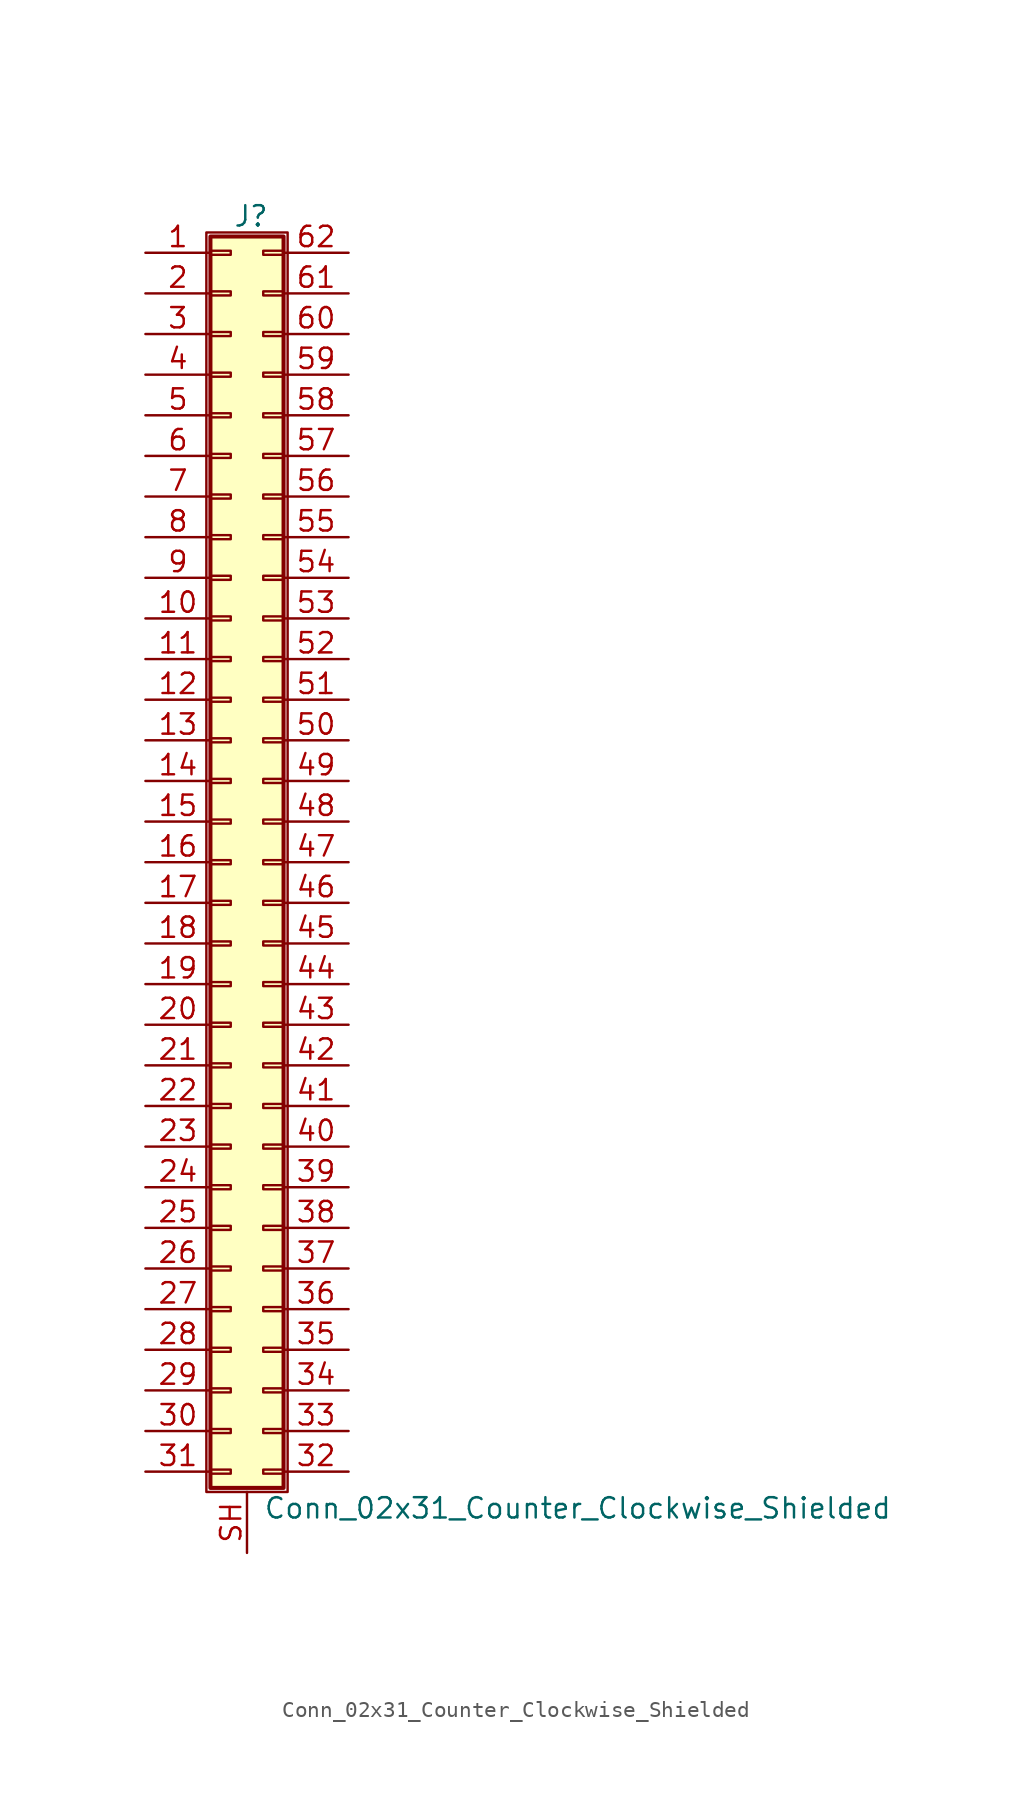
<source format=kicad_sym>
(kicad_symbol_lib
  (version 20211014)
  (generator kicad_symbol_editor)
  (symbol "Conn_02x31_Counter_Clockwise_Shielded"
    (pin_names
      (offset 1.016) hide)
    (property "Reference" "J"
      (at 1.524 40.386 0)
      (effects (font (size 1.27 1.27))))
    (property "Value" "Conn_02x31_Counter_Clockwise_Shielded"
      (at 2.286 -40.386 0)
      (effects (font (size 1.27 1.27)) (justify left)))
    (symbol "Conn_02x31_Counter_Clockwise_Shielded_1_1"
      (rectangle (start -1.27 39.37) (end 3.81 -39.37) (stroke (width 0.152) (type default) (color 0 0 0 0)) (fill (type none)))
      (rectangle (start -1.016 -37.973) (end 0.254 -38.227) (stroke (width 0.152) (type default) (color 0 0 0 0)) (fill (type none)))
      (rectangle (start -1.016 -35.433) (end 0.254 -35.687) (stroke (width 0.152) (type default) (color 0 0 0 0)) (fill (type none)))
      (rectangle (start -1.016 -32.893) (end 0.254 -33.147) (stroke (width 0.152) (type default) (color 0 0 0 0)) (fill (type none)))
      (rectangle (start -1.016 -30.353) (end 0.254 -30.607) (stroke (width 0.152) (type default) (color 0 0 0 0)) (fill (type none)))
      (rectangle (start -1.016 -27.813) (end 0.254 -28.067) (stroke (width 0.152) (type default) (color 0 0 0 0)) (fill (type none)))
      (rectangle (start -1.016 -25.273) (end 0.254 -25.527) (stroke (width 0.152) (type default) (color 0 0 0 0)) (fill (type none)))
      (rectangle (start -1.016 -22.733) (end 0.254 -22.987) (stroke (width 0.152) (type default) (color 0 0 0 0)) (fill (type none)))
      (rectangle (start -1.016 -20.193) (end 0.254 -20.447) (stroke (width 0.152) (type default) (color 0 0 0 0)) (fill (type none)))
      (rectangle (start -1.016 -17.653) (end 0.254 -17.907) (stroke (width 0.152) (type default) (color 0 0 0 0)) (fill (type none)))
      (rectangle (start -1.016 -15.113) (end 0.254 -15.367) (stroke (width 0.152) (type default) (color 0 0 0 0)) (fill (type none)))
      (rectangle (start -1.016 -12.573) (end 0.254 -12.827) (stroke (width 0.152) (type default) (color 0 0 0 0)) (fill (type none)))
      (rectangle (start -1.016 -10.033) (end 0.254 -10.287) (stroke (width 0.152) (type default) (color 0 0 0 0)) (fill (type none)))
      (rectangle (start -1.016 -7.493) (end 0.254 -7.747) (stroke (width 0.152) (type default) (color 0 0 0 0)) (fill (type none)))
      (rectangle (start -1.016 -4.953) (end 0.254 -5.207) (stroke (width 0.152) (type default) (color 0 0 0 0)) (fill (type none)))
      (rectangle (start -1.016 -2.413) (end 0.254 -2.667) (stroke (width 0.152) (type default) (color 0 0 0 0)) (fill (type none)))
      (rectangle (start -1.016 0.127) (end 0.254 -0.127) (stroke (width 0.152) (type default) (color 0 0 0 0)) (fill (type none)))
      (rectangle (start -1.016 2.667) (end 0.254 2.413) (stroke (width 0.152) (type default) (color 0 0 0 0)) (fill (type none)))
      (rectangle (start -1.016 5.207) (end 0.254 4.953) (stroke (width 0.152) (type default) (color 0 0 0 0)) (fill (type none)))
      (rectangle (start -1.016 7.747) (end 0.254 7.493) (stroke (width 0.152) (type default) (color 0 0 0 0)) (fill (type none)))
      (rectangle (start -1.016 10.287) (end 0.254 10.033) (stroke (width 0.152) (type default) (color 0 0 0 0)) (fill (type none)))
      (rectangle (start -1.016 12.827) (end 0.254 12.573) (stroke (width 0.152) (type default) (color 0 0 0 0)) (fill (type none)))
      (rectangle (start -1.016 15.367) (end 0.254 15.113) (stroke (width 0.152) (type default) (color 0 0 0 0)) (fill (type none)))
      (rectangle (start -1.016 17.907) (end 0.254 17.653) (stroke (width 0.152) (type default) (color 0 0 0 0)) (fill (type none)))
      (rectangle (start -1.016 20.447) (end 0.254 20.193) (stroke (width 0.152) (type default) (color 0 0 0 0)) (fill (type none)))
      (rectangle (start -1.016 22.987) (end 0.254 22.733) (stroke (width 0.152) (type default) (color 0 0 0 0)) (fill (type none)))
      (rectangle (start -1.016 25.527) (end 0.254 25.273) (stroke (width 0.152) (type default) (color 0 0 0 0)) (fill (type none)))
      (rectangle (start -1.016 28.067) (end 0.254 27.813) (stroke (width 0.152) (type default) (color 0 0 0 0)) (fill (type none)))
      (rectangle (start -1.016 30.607) (end 0.254 30.353) (stroke (width 0.152) (type default) (color 0 0 0 0)) (fill (type none)))
      (rectangle (start -1.016 33.147) (end 0.254 32.893) (stroke (width 0.152) (type default) (color 0 0 0 0)) (fill (type none)))
      (rectangle (start -1.016 35.687) (end 0.254 35.433) (stroke (width 0.152) (type default) (color 0 0 0 0)) (fill (type none)))
      (rectangle (start -1.016 38.227) (end 0.254 37.973) (stroke (width 0.152) (type default) (color 0 0 0 0)) (fill (type none)))
      (rectangle (start -1.016 39.116) (end 3.556 -39.116) (stroke (width 0.254) (type default) (color 0 0 0 0)) (fill (type background)))
      (rectangle (start 3.556 -37.973) (end 2.286 -38.227) (stroke (width 0.152) (type default) (color 0 0 0 0)) (fill (type none)))
      (rectangle (start 3.556 -35.433) (end 2.286 -35.687) (stroke (width 0.152) (type default) (color 0 0 0 0)) (fill (type none)))
      (rectangle (start 3.556 -32.893) (end 2.286 -33.147) (stroke (width 0.152) (type default) (color 0 0 0 0)) (fill (type none)))
      (rectangle (start 3.556 -30.353) (end 2.286 -30.607) (stroke (width 0.152) (type default) (color 0 0 0 0)) (fill (type none)))
      (rectangle (start 3.556 -27.813) (end 2.286 -28.067) (stroke (width 0.152) (type default) (color 0 0 0 0)) (fill (type none)))
      (rectangle (start 3.556 -25.273) (end 2.286 -25.527) (stroke (width 0.152) (type default) (color 0 0 0 0)) (fill (type none)))
      (rectangle (start 3.556 -22.733) (end 2.286 -22.987) (stroke (width 0.152) (type default) (color 0 0 0 0)) (fill (type none)))
      (rectangle (start 3.556 -20.193) (end 2.286 -20.447) (stroke (width 0.152) (type default) (color 0 0 0 0)) (fill (type none)))
      (rectangle (start 3.556 -17.653) (end 2.286 -17.907) (stroke (width 0.152) (type default) (color 0 0 0 0)) (fill (type none)))
      (rectangle (start 3.556 -15.113) (end 2.286 -15.367) (stroke (width 0.152) (type default) (color 0 0 0 0)) (fill (type none)))
      (rectangle (start 3.556 -12.573) (end 2.286 -12.827) (stroke (width 0.152) (type default) (color 0 0 0 0)) (fill (type none)))
      (rectangle (start 3.556 -10.033) (end 2.286 -10.287) (stroke (width 0.152) (type default) (color 0 0 0 0)) (fill (type none)))
      (rectangle (start 3.556 -7.493) (end 2.286 -7.747) (stroke (width 0.152) (type default) (color 0 0 0 0)) (fill (type none)))
      (rectangle (start 3.556 -4.953) (end 2.286 -5.207) (stroke (width 0.152) (type default) (color 0 0 0 0)) (fill (type none)))
      (rectangle (start 3.556 -2.413) (end 2.286 -2.667) (stroke (width 0.152) (type default) (color 0 0 0 0)) (fill (type none)))
      (rectangle (start 3.556 0.127) (end 2.286 -0.127) (stroke (width 0.152) (type default) (color 0 0 0 0)) (fill (type none)))
      (rectangle (start 3.556 2.667) (end 2.286 2.413) (stroke (width 0.152) (type default) (color 0 0 0 0)) (fill (type none)))
      (rectangle (start 3.556 5.207) (end 2.286 4.953) (stroke (width 0.152) (type default) (color 0 0 0 0)) (fill (type none)))
      (rectangle (start 3.556 7.747) (end 2.286 7.493) (stroke (width 0.152) (type default) (color 0 0 0 0)) (fill (type none)))
      (rectangle (start 3.556 10.287) (end 2.286 10.033) (stroke (width 0.152) (type default) (color 0 0 0 0)) (fill (type none)))
      (rectangle (start 3.556 12.827) (end 2.286 12.573) (stroke (width 0.152) (type default) (color 0 0 0 0)) (fill (type none)))
      (rectangle (start 3.556 15.367) (end 2.286 15.113) (stroke (width 0.152) (type default) (color 0 0 0 0)) (fill (type none)))
      (rectangle (start 3.556 17.907) (end 2.286 17.653) (stroke (width 0.152) (type default) (color 0 0 0 0)) (fill (type none)))
      (rectangle (start 3.556 20.447) (end 2.286 20.193) (stroke (width 0.152) (type default) (color 0 0 0 0)) (fill (type none)))
      (rectangle (start 3.556 22.987) (end 2.286 22.733) (stroke (width 0.152) (type default) (color 0 0 0 0)) (fill (type none)))
      (rectangle (start 3.556 25.527) (end 2.286 25.273) (stroke (width 0.152) (type default) (color 0 0 0 0)) (fill (type none)))
      (rectangle (start 3.556 28.067) (end 2.286 27.813) (stroke (width 0.152) (type default) (color 0 0 0 0)) (fill (type none)))
      (rectangle (start 3.556 30.607) (end 2.286 30.353) (stroke (width 0.152) (type default) (color 0 0 0 0)) (fill (type none)))
      (rectangle (start 3.556 33.147) (end 2.286 32.893) (stroke (width 0.152) (type default) (color 0 0 0 0)) (fill (type none)))
      (rectangle (start 3.556 35.687) (end 2.286 35.433) (stroke (width 0.152) (type default) (color 0 0 0 0)) (fill (type none)))
      (rectangle (start 3.556 38.227) (end 2.286 37.973) (stroke (width 0.152) (type default) (color 0 0 0 0)) (fill (type none)))
      (pin passive line (at -5.08 38.1 0) (length 4.064) (name "Pin_1" (effects (font (size 1.27 1.27)))) (number "1" (effects (font (size 1.27 1.27)))))
      (pin passive line (at -5.08 15.24 0) (length 4.064) (name "Pin_10" (effects (font (size 1.27 1.27)))) (number "10" (effects (font (size 1.27 1.27)))))
      (pin passive line (at -5.08 12.7 0) (length 4.064) (name "Pin_11" (effects (font (size 1.27 1.27)))) (number "11" (effects (font (size 1.27 1.27)))))
      (pin passive line (at -5.08 10.16 0) (length 4.064) (name "Pin_12" (effects (font (size 1.27 1.27)))) (number "12" (effects (font (size 1.27 1.27)))))
      (pin passive line (at -5.08 7.62 0) (length 4.064) (name "Pin_13" (effects (font (size 1.27 1.27)))) (number "13" (effects (font (size 1.27 1.27)))))
      (pin passive line (at -5.08 5.08 0) (length 4.064) (name "Pin_14" (effects (font (size 1.27 1.27)))) (number "14" (effects (font (size 1.27 1.27)))))
      (pin passive line (at -5.08 2.54 0) (length 4.064) (name "Pin_15" (effects (font (size 1.27 1.27)))) (number "15" (effects (font (size 1.27 1.27)))))
      (pin passive line (at -5.08 0 0) (length 4.064) (name "Pin_16" (effects (font (size 1.27 1.27)))) (number "16" (effects (font (size 1.27 1.27)))))
      (pin passive line (at -5.08 -2.54 0) (length 4.064) (name "Pin_17" (effects (font (size 1.27 1.27)))) (number "17" (effects (font (size 1.27 1.27)))))
      (pin passive line (at -5.08 -5.08 0) (length 4.064) (name "Pin_18" (effects (font (size 1.27 1.27)))) (number "18" (effects (font (size 1.27 1.27)))))
      (pin passive line (at -5.08 -7.62 0) (length 4.064) (name "Pin_19" (effects (font (size 1.27 1.27)))) (number "19" (effects (font (size 1.27 1.27)))))
      (pin passive line (at -5.08 35.56 0) (length 4.064) (name "Pin_2" (effects (font (size 1.27 1.27)))) (number "2" (effects (font (size 1.27 1.27)))))
      (pin passive line (at -5.08 -10.16 0) (length 4.064) (name "Pin_20" (effects (font (size 1.27 1.27)))) (number "20" (effects (font (size 1.27 1.27)))))
      (pin passive line (at -5.08 -12.7 0) (length 4.064) (name "Pin_21" (effects (font (size 1.27 1.27)))) (number "21" (effects (font (size 1.27 1.27)))))
      (pin passive line (at -5.08 -15.24 0) (length 4.064) (name "Pin_22" (effects (font (size 1.27 1.27)))) (number "22" (effects (font (size 1.27 1.27)))))
      (pin passive line (at -5.08 -17.78 0) (length 4.064) (name "Pin_23" (effects (font (size 1.27 1.27)))) (number "23" (effects (font (size 1.27 1.27)))))
      (pin passive line (at -5.08 -20.32 0) (length 4.064) (name "Pin_24" (effects (font (size 1.27 1.27)))) (number "24" (effects (font (size 1.27 1.27)))))
      (pin passive line (at -5.08 -22.86 0) (length 4.064) (name "Pin_25" (effects (font (size 1.27 1.27)))) (number "25" (effects (font (size 1.27 1.27)))))
      (pin passive line (at -5.08 -25.4 0) (length 4.064) (name "Pin_26" (effects (font (size 1.27 1.27)))) (number "26" (effects (font (size 1.27 1.27)))))
      (pin passive line (at -5.08 -27.94 0) (length 4.064) (name "Pin_27" (effects (font (size 1.27 1.27)))) (number "27" (effects (font (size 1.27 1.27)))))
      (pin passive line (at -5.08 -30.48 0) (length 4.064) (name "Pin_28" (effects (font (size 1.27 1.27)))) (number "28" (effects (font (size 1.27 1.27)))))
      (pin passive line (at -5.08 -33.02 0) (length 4.064) (name "Pin_29" (effects (font (size 1.27 1.27)))) (number "29" (effects (font (size 1.27 1.27)))))
      (pin passive line (at -5.08 33.02 0) (length 4.064) (name "Pin_3" (effects (font (size 1.27 1.27)))) (number "3" (effects (font (size 1.27 1.27)))))
      (pin passive line (at -5.08 -35.56 0) (length 4.064) (name "Pin_30" (effects (font (size 1.27 1.27)))) (number "30" (effects (font (size 1.27 1.27)))))
      (pin passive line (at -5.08 -38.1 0) (length 4.064) (name "Pin_31" (effects (font (size 1.27 1.27)))) (number "31" (effects (font (size 1.27 1.27)))))
      (pin passive line (at 7.62 -38.1 180) (length 4.064) (name "Pin_32" (effects (font (size 1.27 1.27)))) (number "32" (effects (font (size 1.27 1.27)))))
      (pin passive line (at 7.62 -35.56 180) (length 4.064) (name "Pin_33" (effects (font (size 1.27 1.27)))) (number "33" (effects (font (size 1.27 1.27)))))
      (pin passive line (at 7.62 -33.02 180) (length 4.064) (name "Pin_34" (effects (font (size 1.27 1.27)))) (number "34" (effects (font (size 1.27 1.27)))))
      (pin passive line (at 7.62 -30.48 180) (length 4.064) (name "Pin_35" (effects (font (size 1.27 1.27)))) (number "35" (effects (font (size 1.27 1.27)))))
      (pin passive line (at 7.62 -27.94 180) (length 4.064) (name "Pin_36" (effects (font (size 1.27 1.27)))) (number "36" (effects (font (size 1.27 1.27)))))
      (pin passive line (at 7.62 -25.4 180) (length 4.064) (name "Pin_37" (effects (font (size 1.27 1.27)))) (number "37" (effects (font (size 1.27 1.27)))))
      (pin passive line (at 7.62 -22.86 180) (length 4.064) (name "Pin_38" (effects (font (size 1.27 1.27)))) (number "38" (effects (font (size 1.27 1.27)))))
      (pin passive line (at 7.62 -20.32 180) (length 4.064) (name "Pin_39" (effects (font (size 1.27 1.27)))) (number "39" (effects (font (size 1.27 1.27)))))
      (pin passive line (at -5.08 30.48 0) (length 4.064) (name "Pin_4" (effects (font (size 1.27 1.27)))) (number "4" (effects (font (size 1.27 1.27)))))
      (pin passive line (at 7.62 -17.78 180) (length 4.064) (name "Pin_40" (effects (font (size 1.27 1.27)))) (number "40" (effects (font (size 1.27 1.27)))))
      (pin passive line (at 7.62 -15.24 180) (length 4.064) (name "Pin_41" (effects (font (size 1.27 1.27)))) (number "41" (effects (font (size 1.27 1.27)))))
      (pin passive line (at 7.62 -12.7 180) (length 4.064) (name "Pin_42" (effects (font (size 1.27 1.27)))) (number "42" (effects (font (size 1.27 1.27)))))
      (pin passive line (at 7.62 -10.16 180) (length 4.064) (name "Pin_43" (effects (font (size 1.27 1.27)))) (number "43" (effects (font (size 1.27 1.27)))))
      (pin passive line (at 7.62 -7.62 180) (length 4.064) (name "Pin_44" (effects (font (size 1.27 1.27)))) (number "44" (effects (font (size 1.27 1.27)))))
      (pin passive line (at 7.62 -5.08 180) (length 4.064) (name "Pin_45" (effects (font (size 1.27 1.27)))) (number "45" (effects (font (size 1.27 1.27)))))
      (pin passive line (at 7.62 -2.54 180) (length 4.064) (name "Pin_46" (effects (font (size 1.27 1.27)))) (number "46" (effects (font (size 1.27 1.27)))))
      (pin passive line (at 7.62 0 180) (length 4.064) (name "Pin_47" (effects (font (size 1.27 1.27)))) (number "47" (effects (font (size 1.27 1.27)))))
      (pin passive line (at 7.62 2.54 180) (length 4.064) (name "Pin_48" (effects (font (size 1.27 1.27)))) (number "48" (effects (font (size 1.27 1.27)))))
      (pin passive line (at 7.62 5.08 180) (length 4.064) (name "Pin_49" (effects (font (size 1.27 1.27)))) (number "49" (effects (font (size 1.27 1.27)))))
      (pin passive line (at -5.08 27.94 0) (length 4.064) (name "Pin_5" (effects (font (size 1.27 1.27)))) (number "5" (effects (font (size 1.27 1.27)))))
      (pin passive line (at 7.62 7.62 180) (length 4.064) (name "Pin_50" (effects (font (size 1.27 1.27)))) (number "50" (effects (font (size 1.27 1.27)))))
      (pin passive line (at 7.62 10.16 180) (length 4.064) (name "Pin_51" (effects (font (size 1.27 1.27)))) (number "51" (effects (font (size 1.27 1.27)))))
      (pin passive line (at 7.62 12.7 180) (length 4.064) (name "Pin_52" (effects (font (size 1.27 1.27)))) (number "52" (effects (font (size 1.27 1.27)))))
      (pin passive line (at 7.62 15.24 180) (length 4.064) (name "Pin_53" (effects (font (size 1.27 1.27)))) (number "53" (effects (font (size 1.27 1.27)))))
      (pin passive line (at 7.62 17.78 180) (length 4.064) (name "Pin_54" (effects (font (size 1.27 1.27)))) (number "54" (effects (font (size 1.27 1.27)))))
      (pin passive line (at 7.62 20.32 180) (length 4.064) (name "Pin_55" (effects (font (size 1.27 1.27)))) (number "55" (effects (font (size 1.27 1.27)))))
      (pin passive line (at 7.62 22.86 180) (length 4.064) (name "Pin_56" (effects (font (size 1.27 1.27)))) (number "56" (effects (font (size 1.27 1.27)))))
      (pin passive line (at 7.62 25.4 180) (length 4.064) (name "Pin_57" (effects (font (size 1.27 1.27)))) (number "57" (effects (font (size 1.27 1.27)))))
      (pin passive line (at 7.62 27.94 180) (length 4.064) (name "Pin_58" (effects (font (size 1.27 1.27)))) (number "58" (effects (font (size 1.27 1.27)))))
      (pin passive line (at 7.62 30.48 180) (length 4.064) (name "Pin_59" (effects (font (size 1.27 1.27)))) (number "59" (effects (font (size 1.27 1.27)))))
      (pin passive line (at -5.08 25.4 0) (length 4.064) (name "Pin_6" (effects (font (size 1.27 1.27)))) (number "6" (effects (font (size 1.27 1.27)))))
      (pin passive line (at 7.62 33.02 180) (length 4.064) (name "Pin_60" (effects (font (size 1.27 1.27)))) (number "60" (effects (font (size 1.27 1.27)))))
      (pin passive line (at 7.62 35.56 180) (length 4.064) (name "Pin_61" (effects (font (size 1.27 1.27)))) (number "61" (effects (font (size 1.27 1.27)))))
      (pin passive line (at 7.62 38.1 180) (length 4.064) (name "Pin_62" (effects (font (size 1.27 1.27)))) (number "62" (effects (font (size 1.27 1.27)))))
      (pin passive line (at -5.08 22.86 0) (length 4.064) (name "Pin_7" (effects (font (size 1.27 1.27)))) (number "7" (effects (font (size 1.27 1.27)))))
      (pin passive line (at -5.08 20.32 0) (length 4.064) (name "Pin_8" (effects (font (size 1.27 1.27)))) (number "8" (effects (font (size 1.27 1.27)))))
      (pin passive line (at -5.08 17.78 0) (length 4.064) (name "Pin_9" (effects (font (size 1.27 1.27)))) (number "9" (effects (font (size 1.27 1.27)))))
      (pin passive line (at 1.27 -43.18 90) (length 3.81) (name "Shield" (effects (font (size 1.27 1.27)))) (number "SH" (effects (font (size 1.27 1.27))))))))
</source>
